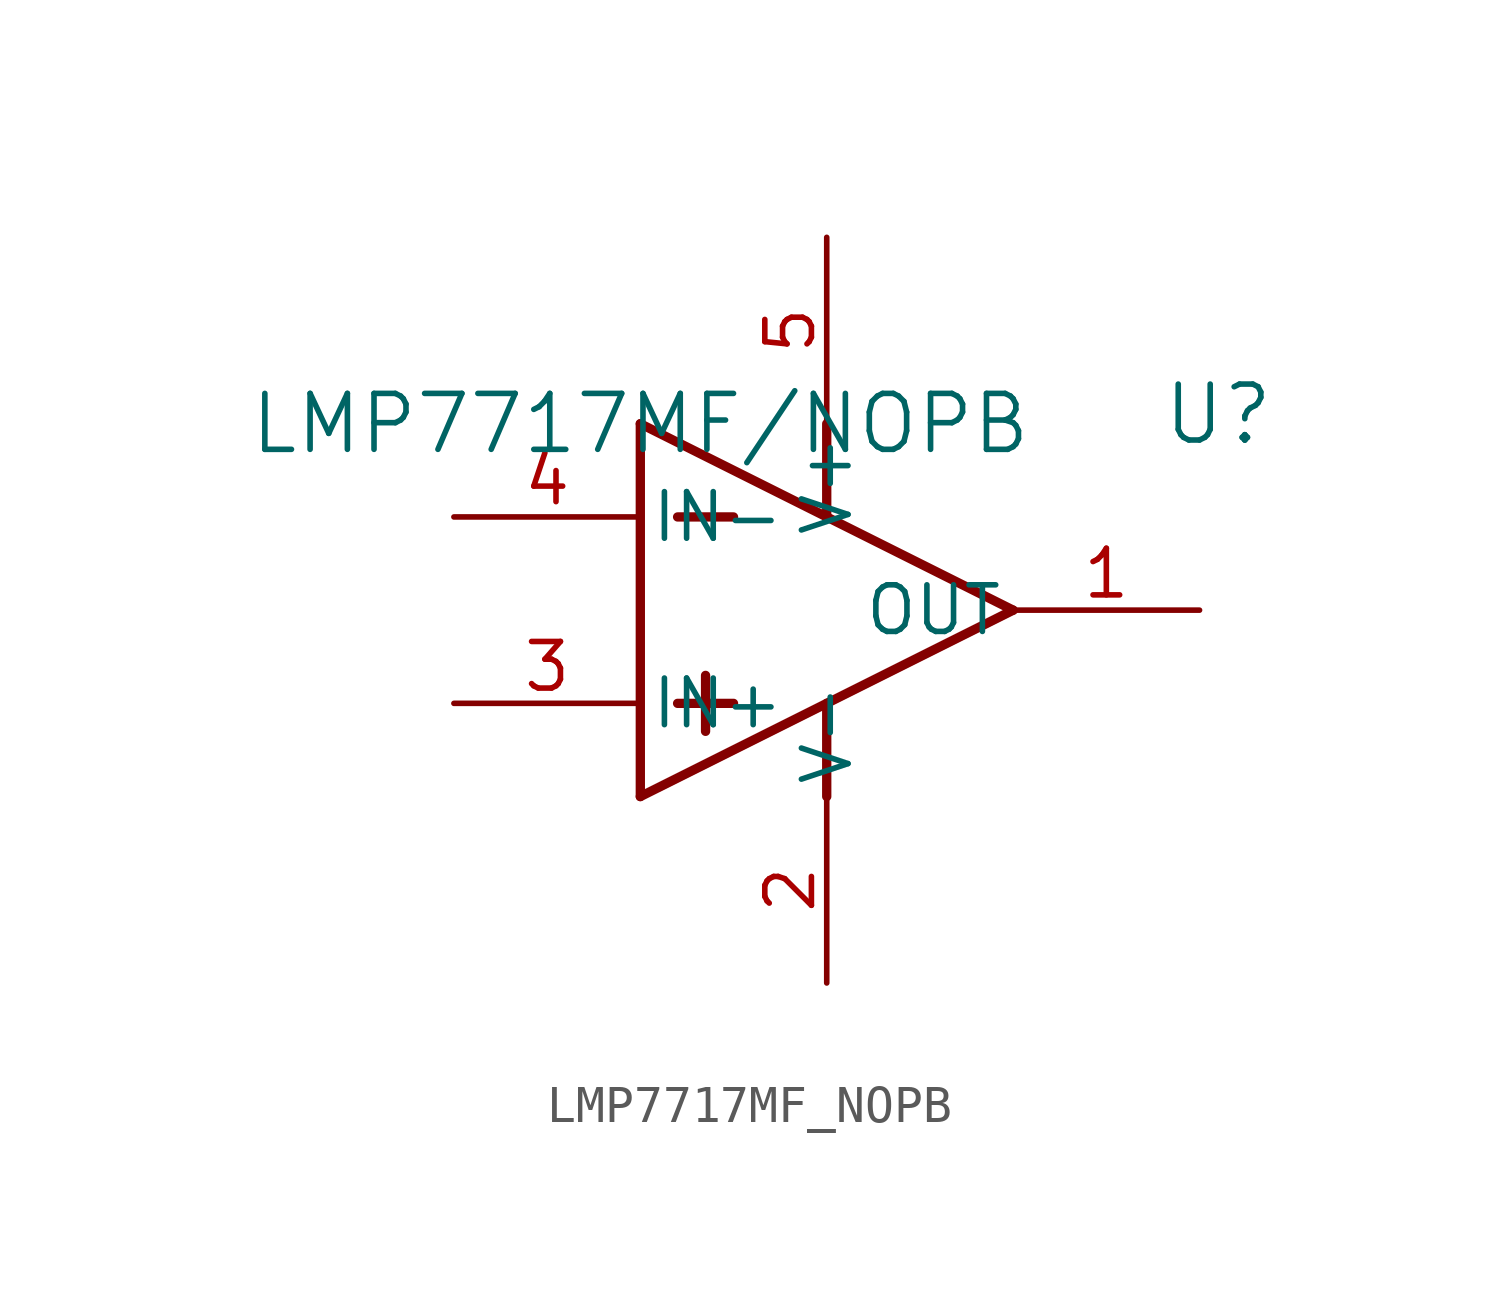
<source format=kicad_sym>
(kicad_symbol_lib
  (version 20211014)
  (generator kicad_symbol_editor)
  (symbol "LMP7717MF_NOPB"
    (pin_names
      (offset 0.254))
    (property "Reference" "U"
      (at 15.748 0.254 0)
      (effects (font (size 1.524 1.524))))
    (property "Value" "LMP7717MF/NOPB"
      (at 0 0 0)
      (effects (font (size 1.524 1.524))))
    (symbol "LMP7717MF_NOPB_0_1"
      (polyline (pts (xy 0 0) (xy 10.16 -5.08)) (stroke (width 0.254) (type default) (color 0 0 0 0)) (fill (type none)))
      (polyline (pts (xy 0 -10.16) (xy 10.16 -5.08)) (stroke (width 0.254) (type default) (color 0 0 0 0)) (fill (type none)))
      (polyline (pts (xy 0 0) (xy 0 -10.16)) (stroke (width 0.254) (type default) (color 0 0 0 0)) (fill (type none)))
      (polyline (pts (xy 1.016 -2.54) (xy 2.54 -2.54)) (stroke (width 0.254) (type default) (color 0 0 0 0)) (fill (type none)))
      (polyline (pts (xy 1.016 -7.62) (xy 2.54 -7.62)) (stroke (width 0.254) (type default) (color 0 0 0 0)) (fill (type none)))
      (polyline (pts (xy 1.778 -6.858) (xy 1.778 -8.382)) (stroke (width 0.254) (type default) (color 0 0 0 0)) (fill (type none)))
      (polyline (pts (xy 5.08 0) (xy 5.08 -2.54)) (stroke (width 0.254) (type default) (color 0 0 0 0)) (fill (type none)))
      (polyline (pts (xy 5.08 -7.62) (xy 5.08 -10.16)) (stroke (width 0.254) (type default) (color 0 0 0 0)) (fill (type none)))
      (pin input line (at -5.08 -2.54 0) (length 5.08) (name "IN-" (effects (font (size 1.27 1.27)))) (number "4" (effects (font (size 1.27 1.27)))))
      (pin input line (at -5.08 -7.62 0) (length 5.08) (name "IN+" (effects (font (size 1.27 1.27)))) (number "3" (effects (font (size 1.27 1.27)))))
      (pin power_in line (at 5.08 -15.24 90) (length 5.08) (name "V-" (effects (font (size 1.27 1.27)))) (number "2" (effects (font (size 1.27 1.27)))))
      (pin output line (at 15.24 -5.08 180) (length 5.08) (name "OUT" (effects (font (size 1.27 1.27)))) (number "1" (effects (font (size 1.27 1.27)))))
      (pin power_in line (at 5.08 5.08 270) (length 5.08) (name "V+" (effects (font (size 1.27 1.27)))) (number "5" (effects (font (size 1.27 1.27))))))))
</source>
